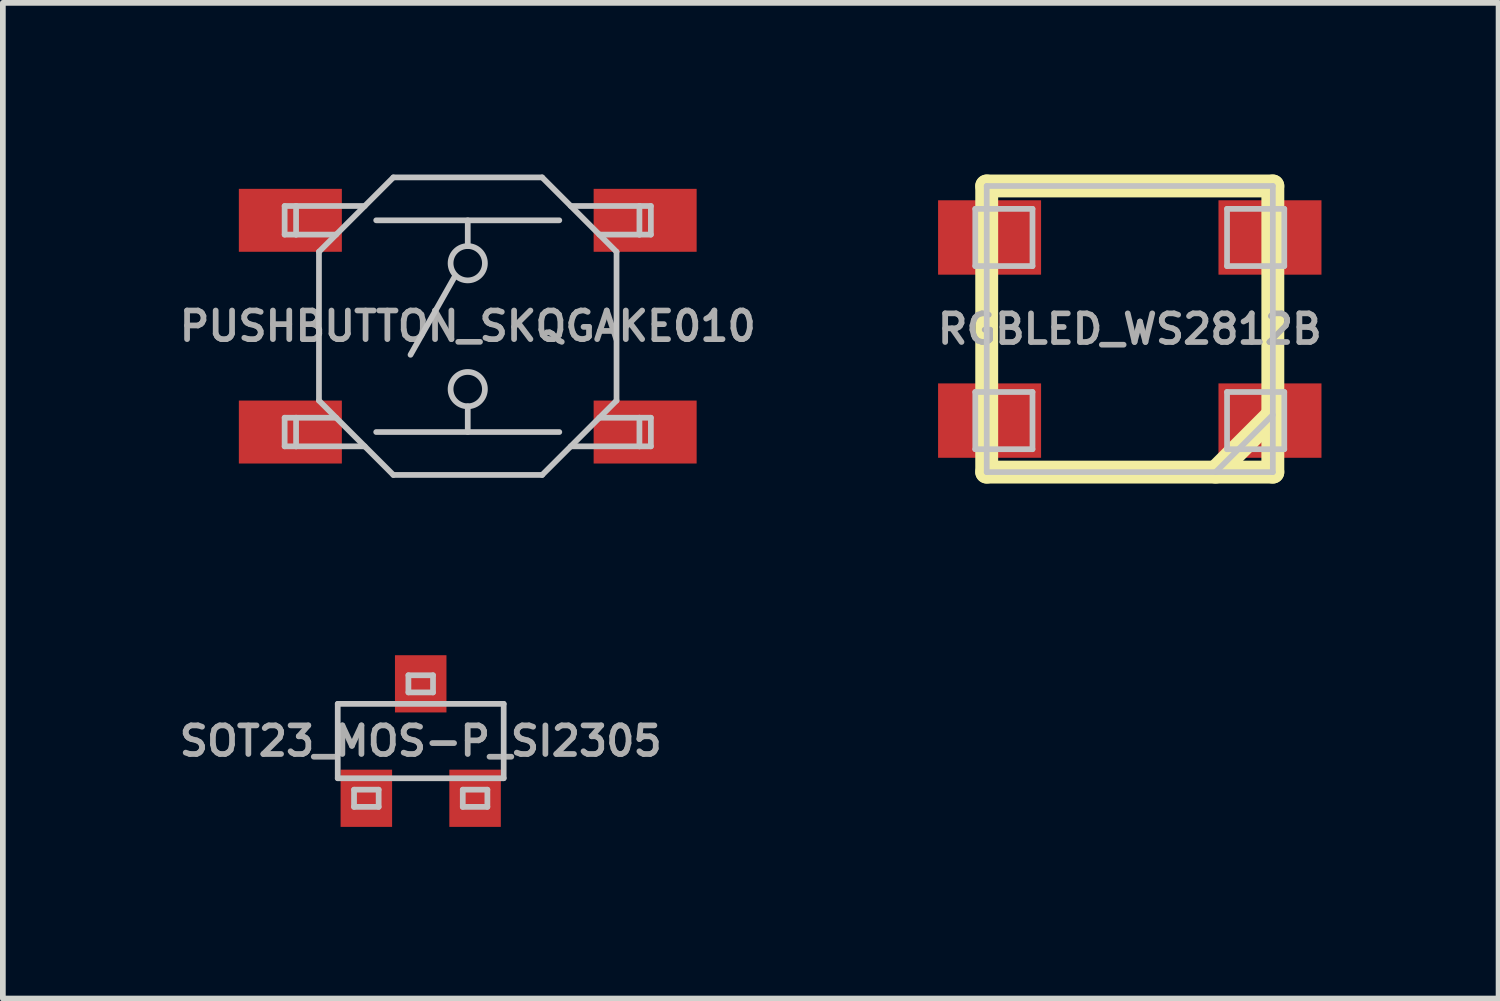
<source format=kicad_pcb>
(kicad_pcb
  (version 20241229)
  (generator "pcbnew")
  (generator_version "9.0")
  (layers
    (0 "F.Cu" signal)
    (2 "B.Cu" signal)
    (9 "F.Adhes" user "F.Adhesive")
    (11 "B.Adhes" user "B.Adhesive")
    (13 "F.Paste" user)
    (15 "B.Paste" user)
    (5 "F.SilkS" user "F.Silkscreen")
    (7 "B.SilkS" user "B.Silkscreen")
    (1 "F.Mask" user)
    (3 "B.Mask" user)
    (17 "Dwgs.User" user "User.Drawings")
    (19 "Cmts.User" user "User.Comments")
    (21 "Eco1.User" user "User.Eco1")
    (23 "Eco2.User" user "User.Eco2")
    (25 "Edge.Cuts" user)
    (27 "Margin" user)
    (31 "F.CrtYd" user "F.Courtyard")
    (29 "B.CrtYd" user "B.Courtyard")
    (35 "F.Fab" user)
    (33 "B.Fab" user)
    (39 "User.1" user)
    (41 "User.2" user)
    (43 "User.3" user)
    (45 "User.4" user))
  (footprint "RGBLED_WS2812B"
    (layer "F.Cu")
    (at 16.693 2.7)
    (property "Reference" "RGBLED_WS2812B" (at 0 0 0) (layer "F.Fab") (effects (font (size 0.5 0.5) (thickness 0.1))))
    (attr smd)
    (fp_line (start -2.5 -2.5) (end 2.5 -2.5) (stroke (width 0.4) (type solid)) (layer "F.SilkS"))
    (fp_line (start -2.5 2.5) (end -2.5 -2.5) (stroke (width 0.4) (type solid)) (layer "F.SilkS"))
    (fp_line (start 2.5 -2.5) (end 2.5 2.5) (stroke (width 0.4) (type solid)) (layer "F.SilkS"))
    (fp_line (start 2.5 1.5) (end 1.5 2.5) (stroke (width 0.4) (type solid)) (layer "F.SilkS"))
    (fp_line (start 2.5 2.5) (end -2.5 2.5) (stroke (width 0.4) (type solid)) (layer "F.SilkS"))
    (fp_line (start -2.7 -2.1) (end -1.7 -2.1) (stroke (width 0.1) (type solid)) (layer "Dwgs.User"))
    (fp_line (start -2.7 -1.1) (end -2.7 -2.1) (stroke (width 0.1) (type solid)) (layer "Dwgs.User"))
    (fp_line (start -2.7 -1.1) (end -1.7 -1.1) (stroke (width 0.1) (type solid)) (layer "Dwgs.User"))
    (fp_line (start -2.7 1.1) (end -1.7 1.1) (stroke (width 0.1) (type solid)) (layer "Dwgs.User"))
    (fp_line (start -2.7 2.1) (end -2.7 1.1) (stroke (width 0.1) (type solid)) (layer "Dwgs.User"))
    (fp_line (start -2.7 2.1) (end -1.7 2.1) (stroke (width 0.1) (type solid)) (layer "Dwgs.User"))
    (fp_line (start -2.5 -2.5) (end 2.5 -2.5) (stroke (width 0.1) (type solid)) (layer "Dwgs.User"))
    (fp_line (start -2.5 2.5) (end -2.5 -2.5) (stroke (width 0.1) (type solid)) (layer "Dwgs.User"))
    (fp_line (start -1.7 -1.1) (end -1.7 -2.1) (stroke (width 0.1) (type solid)) (layer "Dwgs.User"))
    (fp_line (start -1.7 2.1) (end -1.7 1.1) (stroke (width 0.1) (type solid)) (layer "Dwgs.User"))
    (fp_line (start 1.7 -2.1) (end 2.7 -2.1) (stroke (width 0.1) (type solid)) (layer "Dwgs.User"))
    (fp_line (start 1.7 -1.1) (end 1.7 -2.1) (stroke (width 0.1) (type solid)) (layer "Dwgs.User"))
    (fp_line (start 1.7 -1.1) (end 2.7 -1.1) (stroke (width 0.1) (type solid)) (layer "Dwgs.User"))
    (fp_line (start 1.7 1.1) (end 2.7 1.1) (stroke (width 0.1) (type solid)) (layer "Dwgs.User"))
    (fp_line (start 1.7 2.1) (end 1.7 1.1) (stroke (width 0.1) (type solid)) (layer "Dwgs.User"))
    (fp_line (start 1.7 2.1) (end 2.7 2.1) (stroke (width 0.1) (type solid)) (layer "Dwgs.User"))
    (fp_line (start 2.5 -2.5) (end 2.5 2.5) (stroke (width 0.1) (type solid)) (layer "Dwgs.User"))
    (fp_line (start 2.5 1.5) (end 1.5 2.5) (stroke (width 0.1) (type solid)) (layer "Dwgs.User"))
    (fp_line (start 2.5 2.5) (end -2.5 2.5) (stroke (width 0.1) (type solid)) (layer "Dwgs.User"))
    (fp_line (start 2.7 -1.1) (end 2.7 -2.1) (stroke (width 0.1) (type solid)) (layer "Dwgs.User"))
    (fp_line (start 2.7 2.1) (end 2.7 1.1) (stroke (width 0.1) (type solid)) (layer "Dwgs.User"))
    (pad "1" smd rect (at -2.45 -1.6) (size 1.8 1.3) (layers "F.Cu" "F.Mask" "F.Paste"))
    (pad "2" smd rect (at -2.45 1.6) (size 1.8 1.3) (layers "F.Cu" "F.Mask" "F.Paste"))
    (pad "3" smd rect (at 2.45 1.6) (size 1.8 1.3) (layers "F.Cu" "F.Mask" "F.Paste"))
    (pad "4" smd rect (at 2.45 -1.6) (size 1.8 1.3) (layers "F.Cu" "F.Mask" "F.Paste")))
  (footprint "SOT23_MOS-P_SI2305"
    (layer "F.Cu")
    (at 4.302 9.9)
    (property "Reference" "SOT23_MOS-P_SI2305" (at 0 0 0) (layer "F.Fab") (effects (font (size 0.5 0.5) (thickness 0.1))))
    (attr smd)
    (fp_line (start -1.45 -0.65) (end -1.45 0.65) (stroke (width 0.1) (type solid)) (layer "Dwgs.User"))
    (fp_line (start -1.45 -0.65) (end 1.45 -0.65) (stroke (width 0.1) (type solid)) (layer "Dwgs.User"))
    (fp_line (start -1.45 0.65) (end 1.45 0.65) (stroke (width 0.1) (type solid)) (layer "Dwgs.User"))
    (fp_line (start -1.165 0.85) (end -1.165 1.15) (stroke (width 0.1) (type solid)) (layer "Dwgs.User"))
    (fp_line (start -0.735 0.85) (end -1.165 0.85) (stroke (width 0.1) (type solid)) (layer "Dwgs.User"))
    (fp_line (start -0.735 0.85) (end -0.735 1.15) (stroke (width 0.1) (type solid)) (layer "Dwgs.User"))
    (fp_line (start -0.735 1.15) (end -1.165 1.15) (stroke (width 0.1) (type solid)) (layer "Dwgs.User"))
    (fp_line (start -0.215 -1.15) (end 0.215 -1.15) (stroke (width 0.1) (type solid)) (layer "Dwgs.User"))
    (fp_line (start -0.215 -0.85) (end -0.215 -1.15) (stroke (width 0.1) (type solid)) (layer "Dwgs.User"))
    (fp_line (start -0.215 -0.85) (end 0.215 -0.85) (stroke (width 0.1) (type solid)) (layer "Dwgs.User"))
    (fp_line (start 0.215 -0.85) (end 0.215 -1.15) (stroke (width 0.1) (type solid)) (layer "Dwgs.User"))
    (fp_line (start 0.735 0.85) (end 0.735 1.15) (stroke (width 0.1) (type solid)) (layer "Dwgs.User"))
    (fp_line (start 1.165 0.85) (end 0.735 0.85) (stroke (width 0.1) (type solid)) (layer "Dwgs.User"))
    (fp_line (start 1.165 0.85) (end 1.165 1.15) (stroke (width 0.1) (type solid)) (layer "Dwgs.User"))
    (fp_line (start 1.165 1.15) (end 0.735 1.15) (stroke (width 0.1) (type solid)) (layer "Dwgs.User"))
    (fp_line (start 1.45 -0.65) (end 1.45 0.65) (stroke (width 0.1) (type solid)) (layer "Dwgs.User"))
    (pad "1" smd rect (at -0.95 1) (size 0.9 1) (layers "F.Cu" "F.Mask" "F.Paste"))
    (pad "2" smd rect (at 0.95 1) (size 0.9 1) (layers "F.Cu" "F.Mask" "F.Paste"))
    (pad "3" smd rect (at 0 -1) (size 0.9 1) (layers "F.Cu" "F.Mask" "F.Paste")))
  (footprint "PUSHBUTTON_SKQGAKE010"
    (layer "F.Cu")
    (at 5.124 2.65)
    (property "Reference" "PUSHBUTTON_SKQGAKE010" (at 0 0 0) (layer "F.Fab") (effects (font (size 0.5 0.5) (thickness 0.1))))
    (attr smd)
    (fp_line (start -3.2 -2.1) (end -3.2 -1.6) (stroke (width 0.1) (type solid)) (layer "Dwgs.User"))
    (fp_line (start -3.2 -2.1) (end -3 -2.1) (stroke (width 0.1) (type solid)) (layer "Dwgs.User"))
    (fp_line (start -3.2 -1.6) (end -3 -1.6) (stroke (width 0.1) (type solid)) (layer "Dwgs.User"))
    (fp_line (start -3.2 1.6) (end -3.2 2.1) (stroke (width 0.1) (type solid)) (layer "Dwgs.User"))
    (fp_line (start -3.2 1.6) (end -3 1.6) (stroke (width 0.1) (type solid)) (layer "Dwgs.User"))
    (fp_line (start -3.2 2.1) (end -3 2.1) (stroke (width 0.1) (type solid)) (layer "Dwgs.User"))
    (fp_line (start -3 -2.1) (end -3 -1.6) (stroke (width 0.1) (type solid)) (layer "Dwgs.User"))
    (fp_line (start -3 -2.1) (end -1.8 -2.1) (stroke (width 0.1) (type solid)) (layer "Dwgs.User"))
    (fp_line (start -3 -1.6) (end -2.3 -1.6) (stroke (width 0.1) (type solid)) (layer "Dwgs.User"))
    (fp_line (start -3 1.6) (end -3 2.1) (stroke (width 0.1) (type solid)) (layer "Dwgs.User"))
    (fp_line (start -3 1.6) (end -2.3 1.6) (stroke (width 0.1) (type solid)) (layer "Dwgs.User"))
    (fp_line (start -3 2.1) (end -1.8 2.1) (stroke (width 0.1) (type solid)) (layer "Dwgs.User"))
    (fp_line (start -2.6 -1.3) (end -1.3 -2.6) (stroke (width 0.1) (type solid)) (layer "Dwgs.User"))
    (fp_line (start -2.6 1.3) (end -2.6 -1.3) (stroke (width 0.1) (type solid)) (layer "Dwgs.User"))
    (fp_line (start -2.6 1.3) (end -1.3 2.6) (stroke (width 0.1) (type solid)) (layer "Dwgs.User"))
    (fp_line (start -1.6 -1.85) (end 1.6 -1.85) (stroke (width 0.1) (type solid)) (layer "Dwgs.User"))
    (fp_line (start -1.6 1.85) (end 1.6 1.85) (stroke (width 0.1) (type solid)) (layer "Dwgs.User"))
    (fp_line (start -1.3 -2.6) (end 1.3 -2.6) (stroke (width 0.1) (type solid)) (layer "Dwgs.User"))
    (fp_line (start -1.3 2.6) (end 1.3 2.6) (stroke (width 0.1) (type solid)) (layer "Dwgs.User"))
    (fp_line (start -1 0.5) (end -0.22 -0.88) (stroke (width 0.1) (type solid)) (layer "Dwgs.User"))
    (fp_line (start 0 -1.4) (end 0 -1.85) (stroke (width 0.1) (type solid)) (layer "Dwgs.User"))
    (fp_line (start 0 1.85) (end 0 1.4) (stroke (width 0.1) (type solid)) (layer "Dwgs.User"))
    (fp_line (start 1.3 -2.6) (end 2.6 -1.3) (stroke (width 0.1) (type solid)) (layer "Dwgs.User"))
    (fp_line (start 1.3 2.6) (end 2.6 1.3) (stroke (width 0.1) (type solid)) (layer "Dwgs.User"))
    (fp_line (start 2.6 1.3) (end 2.6 -1.3) (stroke (width 0.1) (type solid)) (layer "Dwgs.User"))
    (fp_line (start 3 -2.1) (end 1.8 -2.1) (stroke (width 0.1) (type solid)) (layer "Dwgs.User"))
    (fp_line (start 3 -1.6) (end 2.3 -1.6) (stroke (width 0.1) (type solid)) (layer "Dwgs.User"))
    (fp_line (start 3 -1.6) (end 3 -2.1) (stroke (width 0.1) (type solid)) (layer "Dwgs.User"))
    (fp_line (start 3 1.6) (end 2.3 1.6) (stroke (width 0.1) (type solid)) (layer "Dwgs.User"))
    (fp_line (start 3 2.1) (end 1.8 2.1) (stroke (width 0.1) (type solid)) (layer "Dwgs.User"))
    (fp_line (start 3 2.1) (end 3 1.6) (stroke (width 0.1) (type solid)) (layer "Dwgs.User"))
    (fp_line (start 3.2 -2.1) (end 3 -2.1) (stroke (width 0.1) (type solid)) (layer "Dwgs.User"))
    (fp_line (start 3.2 -1.6) (end 3 -1.6) (stroke (width 0.1) (type solid)) (layer "Dwgs.User"))
    (fp_line (start 3.2 -1.6) (end 3.2 -2.1) (stroke (width 0.1) (type solid)) (layer "Dwgs.User"))
    (fp_line (start 3.2 1.6) (end 3 1.6) (stroke (width 0.1) (type solid)) (layer "Dwgs.User"))
    (fp_line (start 3.2 2.1) (end 3 2.1) (stroke (width 0.1) (type solid)) (layer "Dwgs.User"))
    (fp_line (start 3.2 2.1) (end 3.2 1.6) (stroke (width 0.1) (type solid)) (layer "Dwgs.User"))
    (fp_circle (center 0 -1.1) (end 0 -1.4) (stroke (width 0.1) (type solid)) (fill no) (layer "Dwgs.User"))
    (fp_circle (center 0 1.1) (end 0 1.4) (stroke (width 0.1) (type solid)) (fill no) (layer "Dwgs.User"))
    (pad "1" smd rect (at -3.1 -1.85) (size 1.8 1.1) (layers "F.Cu" "F.Mask" "F.Paste"))
    (pad "2" smd rect (at 3.1 -1.85) (size 1.8 1.1) (layers "F.Cu" "F.Mask" "F.Paste"))
    (pad "3" smd rect (at -3.1 1.85) (size 1.8 1.1) (layers "F.Cu" "F.Mask" "F.Paste"))
    (pad "4" smd rect (at 3.1 1.85) (size 1.8 1.1) (layers "F.Cu" "F.Mask" "F.Paste")))
  (gr_rect
    (start -3 -3)
    (end 23.138 14.4)
    (stroke (width 0.1) (type default))
    (fill no)
    (layer "Edge.Cuts")))
</source>
